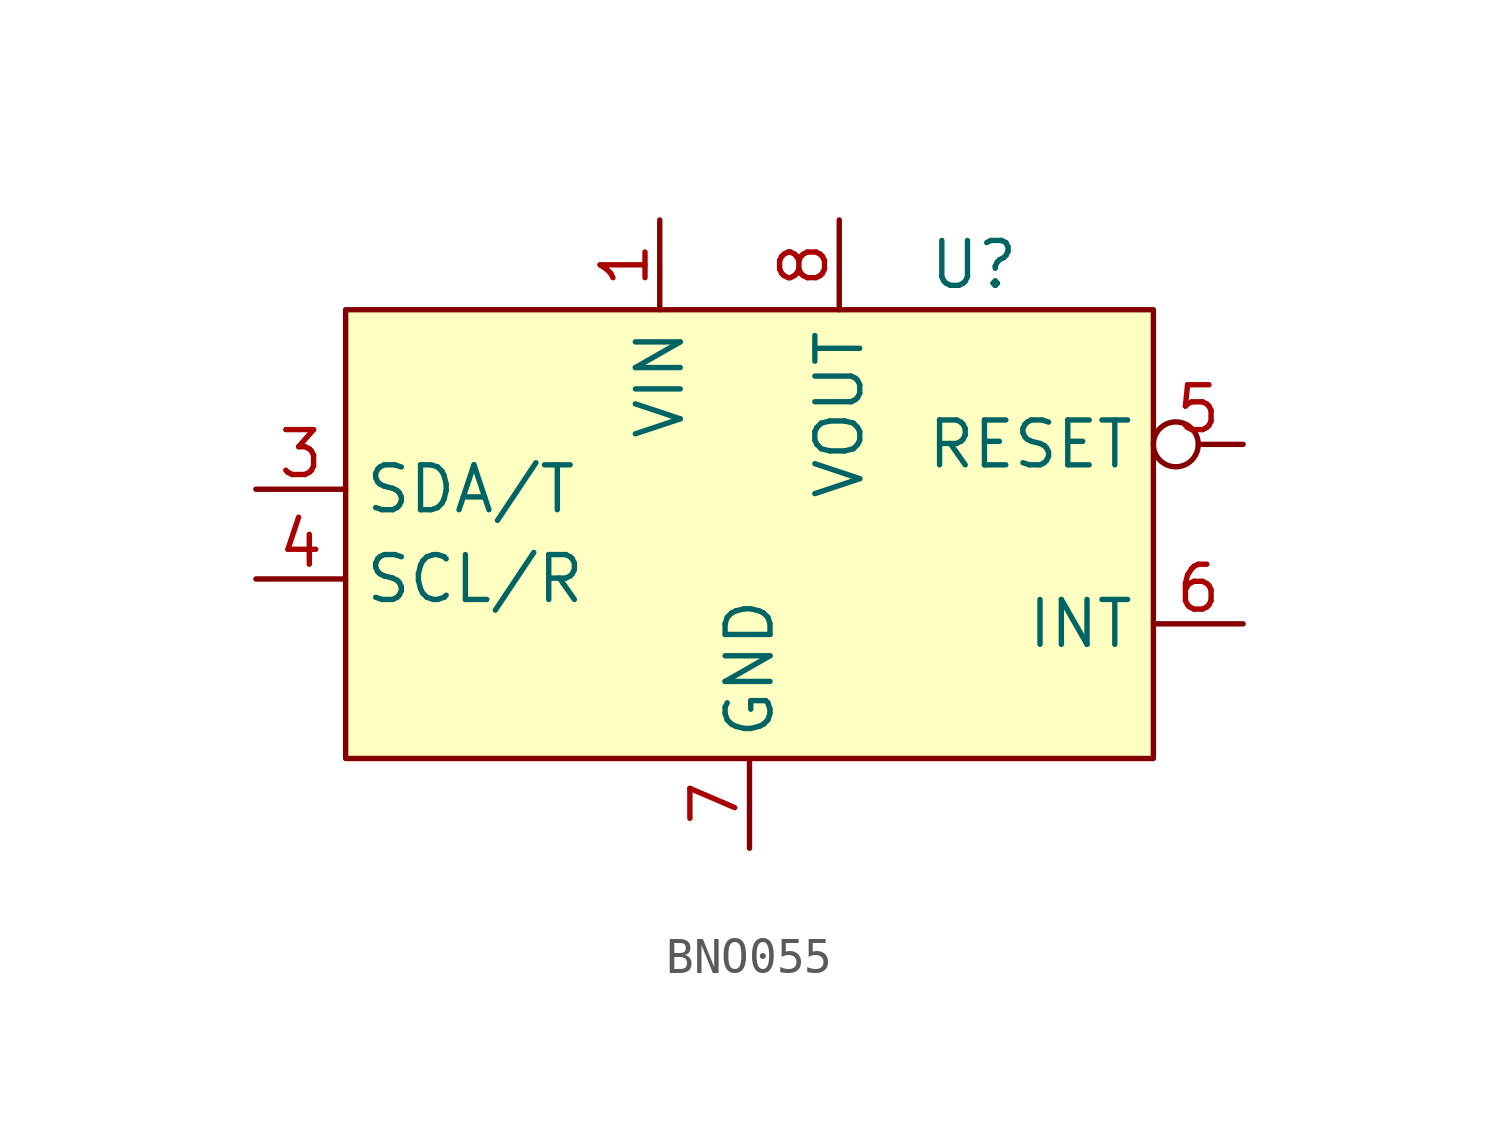
<source format=kicad_sym>
(kicad_symbol_lib
  (version 20220914)
  (generator kicad_symbol_editor)
  (symbol "BNO055"
    (property "Reference" "U"
      (at 6.35 5.08 0)
      (effects (font (size 1.27 1.27))))
    (property "Value" ""
      (at 0 0 0)
      (effects (font (size 1.27 1.27))))
    (symbol "BNO055_1_1"
      (rectangle (start -11.43 3.81) (end 11.43 -8.89) (stroke (width 0) (type default)) (fill (type background)))
      (pin power_in line (at -2.54 6.35 270) (length 2.54) (name "VIN" (effects (font (size 1.27 1.27)))) (number "1" (effects (font (size 1.27 1.27)))))
      (pin bidirectional line (at -13.97 -1.27 0) (length 2.54) (name "SDA/T" (effects (font (size 1.27 1.27)))) (number "3" (effects (font (size 1.27 1.27)))))
      (pin bidirectional line (at -13.97 -3.81 0) (length 2.54) (name "SCL/R" (effects (font (size 1.27 1.27)))) (number "4" (effects (font (size 1.27 1.27)))))
      (pin input inverted (at 13.97 0 180) (length 2.54) (name "RESET" (effects (font (size 1.27 1.27)))) (number "5" (effects (font (size 1.27 1.27)))))
      (pin output line (at 13.97 -5.08 180) (length 2.54) (name "INT" (effects (font (size 1.27 1.27)))) (number "6" (effects (font (size 1.27 1.27)))))
      (pin power_in line (at 0 -11.43 90) (length 2.54) (name "GND" (effects (font (size 1.27 1.27)))) (number "7" (effects (font (size 1.27 1.27)))))
      (pin power_out line (at 2.54 6.35 270) (length 2.54) (name "VOUT" (effects (font (size 1.27 1.27)))) (number "8" (effects (font (size 1.27 1.27))))))))
</source>
